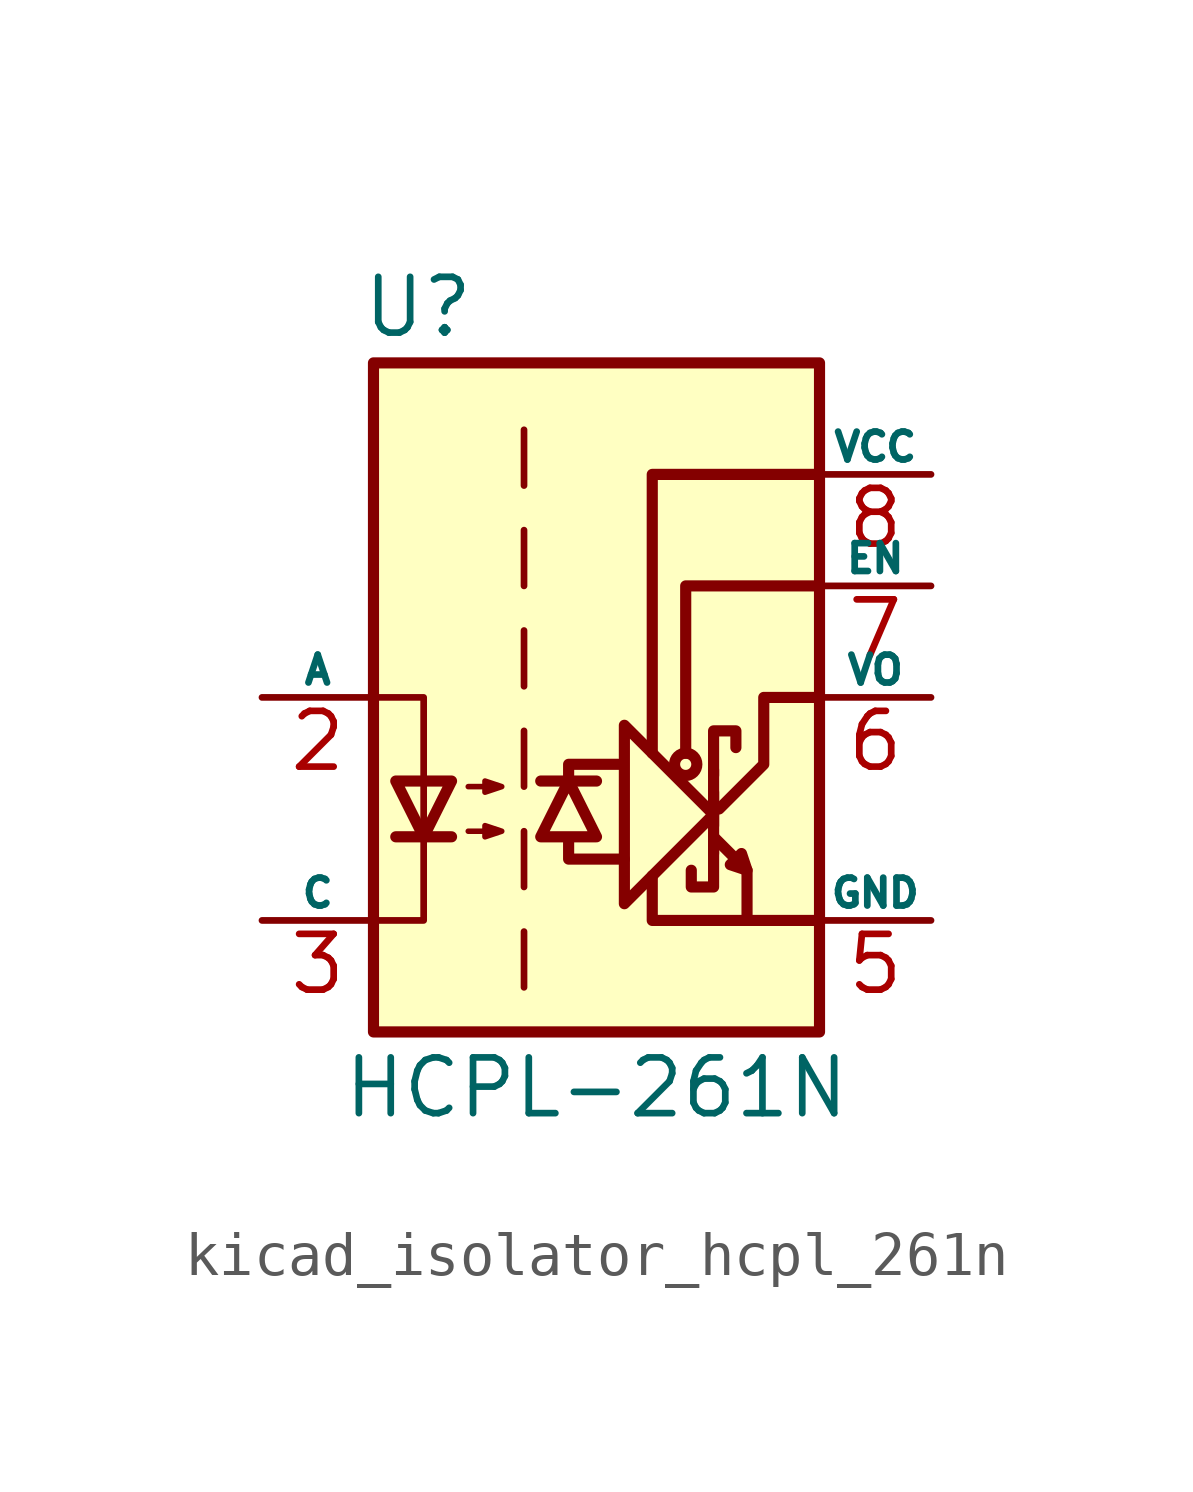
<source format=kicad_sym>
(kicad_symbol_lib
  (version 20220914)
  (generator kicad_symbol_editor)
  (symbol "kicad_isolator_hcpl_261n"
    (pin_names
      (offset 0))
    (property "Reference" "U"
      (at -4.064 8.89 0)
      (effects (font (size 1.27 1.27))))
    (property "Value" "HCPL-261N"
      (at 0 -8.89 0)
      (effects (font (size 1.27 1.27))))
    (symbol "kicad_isolator_hcpl_261n_0_1"
      (polyline (pts (xy 2.667 -3.556) (xy 2.667 -1.651)) (stroke (width 0.254) (type default)) (fill (type none)))
      (polyline (pts (xy 2.667 -2.159) (xy 2.667 -2.921)) (stroke (width 0.254) (type default)) (fill (type none)))
      (polyline (pts (xy 3.429 -3.937) (xy 3.429 -5.08)) (stroke (width 0.254) (type default)) (fill (type none)))
      (polyline (pts (xy -0.635 -3.302) (xy -0.635 -3.683) (xy 0.635 -3.683)) (stroke (width 0.254) (type default)) (fill (type none)))
      (polyline (pts (xy -0.635 -1.905) (xy -0.635 -1.524) (xy 0.508 -1.524)) (stroke (width 0.254) (type default)) (fill (type none)))
      (polyline (pts (xy 1.27 -4.064) (xy 1.27 -5.08) (xy 5.08 -5.08)) (stroke (width 0.254) (type default)) (fill (type none)))
      (polyline (pts (xy 1.27 -1.27) (xy 1.27 5.08) (xy 5.08 5.08)) (stroke (width 0.254) (type default)) (fill (type none)))
      (polyline (pts (xy 2.032 -1.27) (xy 2.032 2.54) (xy 5.08 2.54)) (stroke (width 0.254) (type default)) (fill (type none)))
      (polyline (pts (xy -5.08 -5.08) (xy -3.937 -5.08) (xy -3.937 0) (xy -5.08 0)) (stroke (width 0) (type default)) (fill (type none)))
      (polyline (pts (xy 2.667 -3.302) (xy 2.667 -4.318) (xy 2.159 -4.318) (xy 2.159 -3.937)) (stroke (width 0.254) (type default)) (fill (type none)))
      (polyline (pts (xy 2.667 -2.667) (xy 0.635 -4.699) (xy 0.635 -0.635) (xy 2.667 -2.667)) (stroke (width 0.254) (type default)) (fill (type none)))
      (polyline (pts (xy 2.667 -1.778) (xy 2.667 -0.762) (xy 3.175 -0.762) (xy 3.175 -1.143)) (stroke (width 0.254) (type default)) (fill (type none)))
      (polyline (pts (xy 2.794 -2.54) (xy 3.81 -1.524) (xy 3.81 0) (xy 5.08 0)) (stroke (width 0.254) (type default)) (fill (type none)))
      (polyline (pts (xy 2.667 -3.175) (xy 3.429 -3.937) (xy 3.302 -3.556) (xy 3.048 -3.81) (xy 3.429 -3.937)) (stroke (width 0.254) (type default)) (fill (type none)))
      (circle (center 2.032 -1.524) (radius 0.254) (stroke (width 0.254) (type default)) (fill (type none))))
    (symbol "kicad_isolator_hcpl_261n_1_1"
      (rectangle (start -5.08 7.62) (end 5.08 -7.62) (stroke (width 0.254) (type default)) (fill (type background)))
      (polyline (pts (xy -4.572 -3.175) (xy -3.302 -3.175)) (stroke (width 0.254) (type default)) (fill (type none)))
      (polyline (pts (xy -1.651 -5.334) (xy -1.651 -6.604)) (stroke (width 0) (type default)) (fill (type none)))
      (polyline (pts (xy -1.651 -3.048) (xy -1.651 -4.318)) (stroke (width 0) (type default)) (fill (type none)))
      (polyline (pts (xy -1.651 -0.762) (xy -1.651 -2.032)) (stroke (width 0) (type default)) (fill (type none)))
      (polyline (pts (xy -1.651 1.524) (xy -1.651 0.254)) (stroke (width 0) (type default)) (fill (type none)))
      (polyline (pts (xy -1.651 3.81) (xy -1.651 2.54)) (stroke (width 0) (type default)) (fill (type none)))
      (polyline (pts (xy -1.651 6.096) (xy -1.651 4.826)) (stroke (width 0) (type default)) (fill (type none)))
      (polyline (pts (xy -1.27 -1.905) (xy 0 -1.905)) (stroke (width 0.254) (type default)) (fill (type none)))
      (polyline (pts (xy -3.937 -3.175) (xy -4.572 -1.905) (xy -3.302 -1.905) (xy -3.937 -3.175)) (stroke (width 0.254) (type default)) (fill (type none)))
      (polyline (pts (xy -0.635 -1.905) (xy -1.27 -3.175) (xy 0 -3.175) (xy -0.635 -1.905)) (stroke (width 0.254) (type default)) (fill (type none)))
      (polyline (pts (xy -2.921 -3.048) (xy -2.159 -3.048) (xy -2.54 -3.175) (xy -2.54 -2.921) (xy -2.159 -3.048)) (stroke (width 0.127) (type default)) (fill (type none)))
      (polyline (pts (xy -2.921 -2.032) (xy -2.159 -2.032) (xy -2.54 -2.159) (xy -2.54 -1.905) (xy -2.159 -2.032)) (stroke (width 0.127) (type default)) (fill (type none)))
      (pin no_connect line (at -5.08 5.08 0) (length 2.54) hide (name "NC" (effects (font (size 0.635 0.635)))) (number "1" (effects (font (size 1.27 1.27)))))
      (pin passive line (at -7.62 0 0) (length 2.54) (name "A" (effects (font (size 0.635 0.635)))) (number "2" (effects (font (size 1.27 1.27)))))
      (pin passive line (at -7.62 -5.08 0) (length 2.54) (name "C" (effects (font (size 0.635 0.635)))) (number "3" (effects (font (size 1.27 1.27)))))
      (pin power_in line (at 7.62 -5.08 180) (length 2.54) (name "GND" (effects (font (size 0.635 0.635)))) (number "5" (effects (font (size 1.27 1.27)))))
      (pin open_collector line (at 7.62 0 180) (length 2.54) (name "VO" (effects (font (size 0.635 0.635)))) (number "6" (effects (font (size 1.27 1.27)))))
      (pin input line (at 7.62 2.54 180) (length 2.54) (name "EN" (effects (font (size 0.635 0.635)))) (number "7" (effects (font (size 1.27 1.27)))))
      (pin power_in line (at 7.62 5.08 180) (length 2.54) (name "VCC" (effects (font (size 0.635 0.635)))) (number "8" (effects (font (size 1.27 1.27))))))))
</source>
